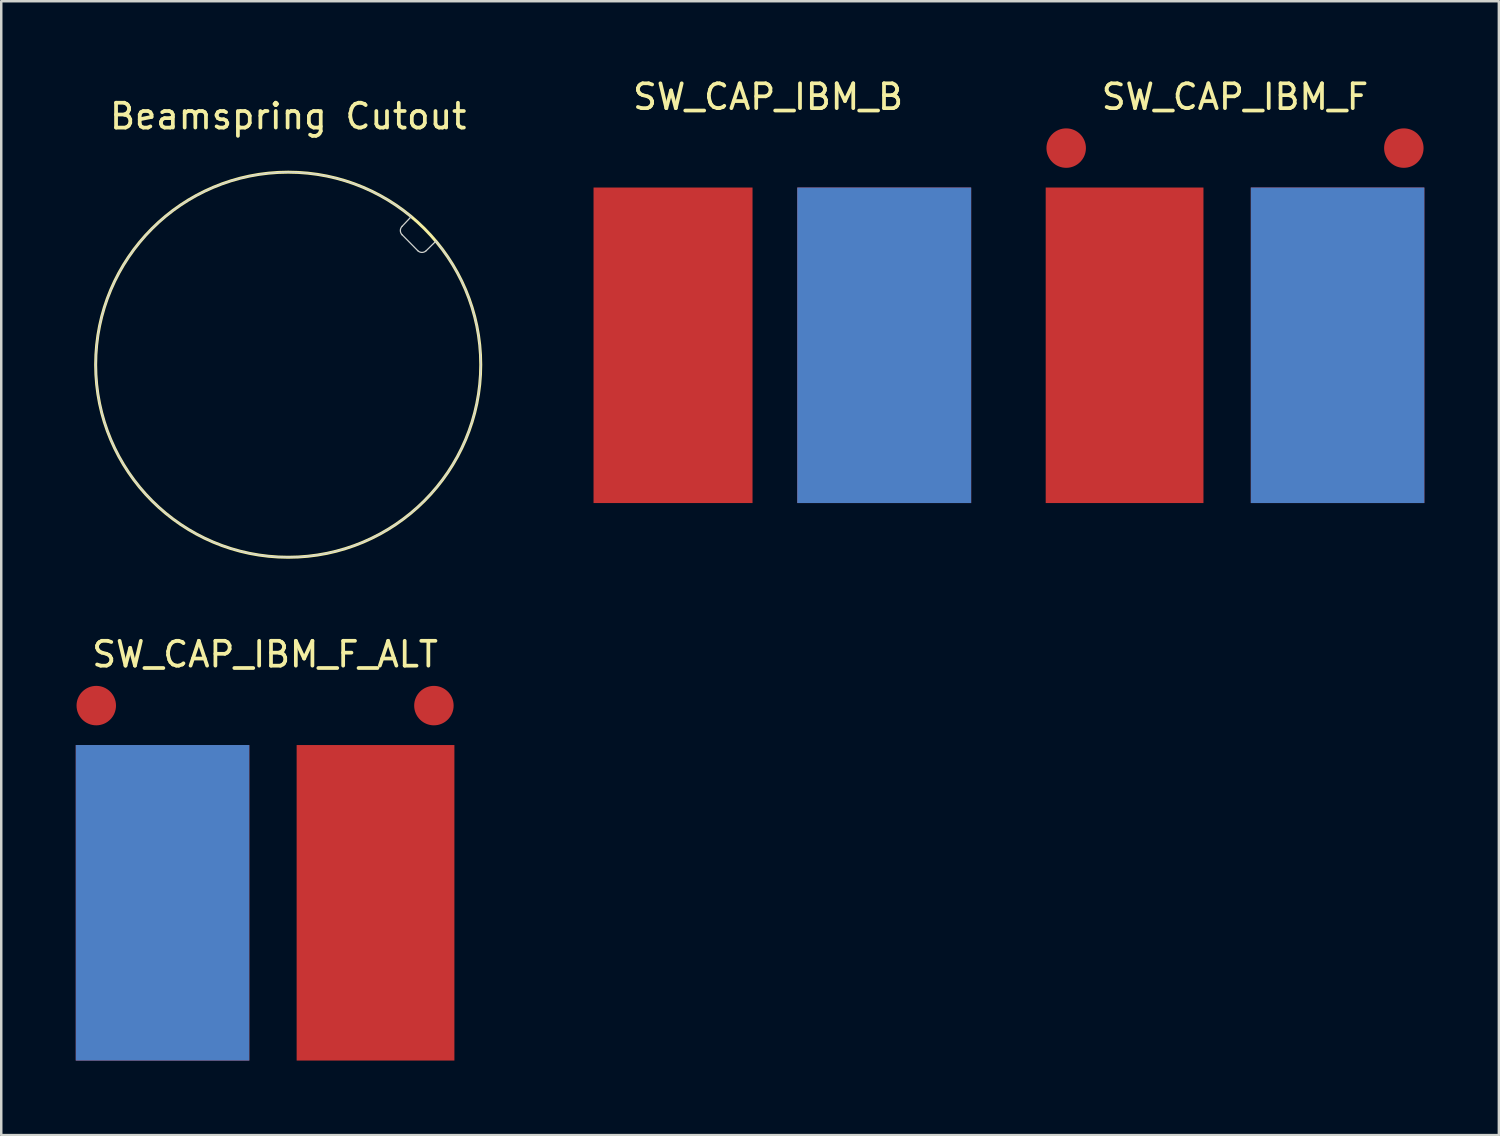
<source format=kicad_pcb>
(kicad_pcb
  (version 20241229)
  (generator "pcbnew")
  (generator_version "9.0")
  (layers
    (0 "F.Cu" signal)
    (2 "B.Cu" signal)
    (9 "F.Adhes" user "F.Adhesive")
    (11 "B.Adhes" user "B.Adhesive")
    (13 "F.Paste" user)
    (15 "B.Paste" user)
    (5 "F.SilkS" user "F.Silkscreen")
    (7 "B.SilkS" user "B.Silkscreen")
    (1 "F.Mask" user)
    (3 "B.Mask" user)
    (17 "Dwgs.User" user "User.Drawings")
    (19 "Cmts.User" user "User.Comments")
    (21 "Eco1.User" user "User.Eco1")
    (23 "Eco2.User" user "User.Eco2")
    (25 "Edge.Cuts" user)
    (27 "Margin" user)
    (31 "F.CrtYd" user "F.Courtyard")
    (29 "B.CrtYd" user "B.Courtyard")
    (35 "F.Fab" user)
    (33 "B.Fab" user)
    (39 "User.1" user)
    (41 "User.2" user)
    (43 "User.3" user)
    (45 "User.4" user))
  (footprint "SW_CAP_IBM_F"
    (layer "F.Cu")
    (at 46.66 10.848)
    (property "Reference" "SW_CAP_IBM_F" (at 0 -10 0) (layer "F.SilkS") (effects (font (size 1 1) (thickness 0.15))))
    (attr through_hole)
    (pad "A" smd circle (at -6.795 -7.937) (size 1.588 1.588) (layers "F.Cu"))
    (pad "B" smd circle (at 6.795 -7.937) (size 1.588 1.588) (layers "F.Cu"))
    (pad "COL" smd rect (at 4.128 0) (size 6.985 12.7) (layers "B.Cu"))
    (pad "REF" smd rect (at 4.128 0) (size 6.985 12.7) (layers "F.Cu"))
    (pad "ROW" smd rect (at -4.445 0) (size 6.35 12.7) (layers "F.Cu")))
  (footprint "SW_CAP_IBM_B"
    (layer "F.Cu")
    (at 27.865 10.848)
    (property "Reference" "SW_CAP_IBM_B" (at 0 -10 0) (layer "F.SilkS") (effects (font (size 1 1) (thickness 0.15))))
    (attr through_hole)
    (pad "COL" smd rect (at 4.675 0) (size 7 12.7) (layers "B.Cu"))
    (pad "REF" smd rect (at 4.675 0) (size 7 12.7) (layers "F.Cu"))
    (pad "ROW" smd rect (at -3.825 0) (size 6.4 12.7) (layers "F.Cu")))
  (footprint "Beamspring Cutout"
    (layer "F.Cu")
    (at 8.55 11.63)
    (property "Reference" "Beamspring Cutout" (at 0 -10 0) (layer "F.SilkS") (effects (font (size 1 1) (thickness 0.15))))
    (fp_circle (center 0 0) (end 7.75 0) (stroke (width 0.12) (type default)) (fill no) (layer "F.SilkS"))
    (fp_line (start 4.585 -5.23) (end 5.215 -4.59) (stroke (width 0.05) (type default)) (layer "Edge.Cuts"))
    (fp_line (start 4.95 -5.96) (end 4.585 -5.57) (stroke (width 0.05) (type default)) (layer "Edge.Cuts"))
    (fp_line (start 5.555 -4.59) (end 5.943 -4.971) (stroke (width 0.05) (type default)) (layer "Edge.Cuts"))
    (fp_arc (start 4.585 -5.229792) (mid 4.514584 -5.399792) (end 4.585 -5.569792) (stroke (width 0.05) (type default)) (layer "Edge.Cuts"))
    (fp_arc (start 5.555 -4.590208) (mid 5.385 -4.519792) (end 5.215 -4.590208) (stroke (width 0.05) (type default)) (layer "Edge.Cuts"))
    (fp_arc (start 5.942766 -4.970677) (mid -5.4688 5.487834) (end 4.95 -5.96) (stroke (width 0.05) (type default)) (layer "Edge.Cuts"))
    (fp_line (start 4.55 -11.58) (end 4.55 7.18) (stroke (width 0.1) (type default)) (layer "User.1"))
    (fp_line (start 4.85 -4.85) (end 5.48 -5.48) (stroke (width 0.1) (type default)) (layer "User.1"))
    (fp_line (start 5.48 -5.48) (end 4.41 -4.41) (stroke (width 0.1) (type default)) (layer "User.1"))
    (fp_line (start 9.24 -4.55) (end -8.5 -4.55) (stroke (width 0.1) (type default)) (layer "User.1")))
  (footprint "SW_CAP_IBM_F_ALT"
    (layer "F.Cu")
    (at 7.62 33.288)
    (property "Reference" "SW_CAP_IBM_F_ALT" (at 0 -10 0) (layer "F.SilkS") (effects (font (size 1 1) (thickness 0.15))))
    (attr through_hole)
    (pad "A" smd circle (at 6.795 -7.937) (size 1.588 1.588) (layers "F.Cu"))
    (pad "B" smd circle (at -6.795 -7.937) (size 1.588 1.588) (layers "F.Cu"))
    (pad "COL" smd rect (at -4.128 0) (size 6.985 12.7) (layers "B.Cu"))
    (pad "REF" smd rect (at -4.128 0) (size 6.985 12.7) (layers "F.Cu"))
    (pad "ROW" smd rect (at 4.445 0) (size 6.35 12.7) (layers "F.Cu")))
  (gr_rect
    (start -3 -3)
    (end 57.28 42.638)
    (stroke (width 0.1) (type default))
    (fill no)
    (layer "Edge.Cuts")))
</source>
